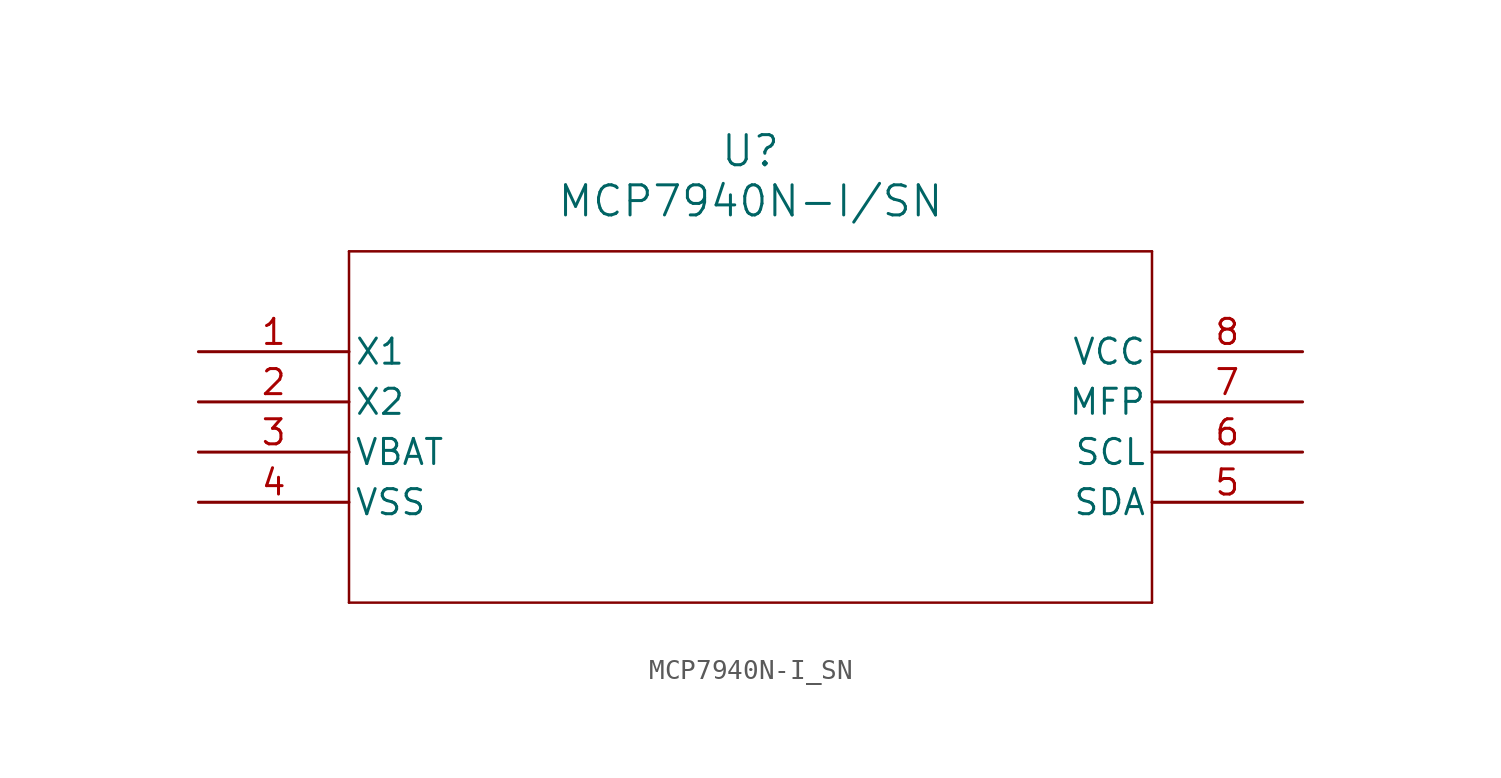
<source format=kicad_sym>
(kicad_symbol_lib
  (version 20211014)
  (generator kicad_symbol_editor)
  (symbol "MCP7940N-I_SN"
    (pin_names
      (offset 0.254))
    (property "Reference" "U"
      (at 27.94 10.16 0)
      (effects (font (size 1.524 1.524))))
    (property "Value" "MCP7940N-I/SN"
      (at 27.94 7.62 0)
      (effects (font (size 1.524 1.524))))
    (symbol "MCP7940N-I_SN_0_1"
      (polyline (pts (xy 7.62 5.08) (xy 7.62 -12.7)) (stroke (width 0.127) (type default) (color 0 0 0 0)) (fill (type none)))
      (polyline (pts (xy 7.62 -12.7) (xy 48.26 -12.7)) (stroke (width 0.127) (type default) (color 0 0 0 0)) (fill (type none)))
      (polyline (pts (xy 48.26 -12.7) (xy 48.26 5.08)) (stroke (width 0.127) (type default) (color 0 0 0 0)) (fill (type none)))
      (polyline (pts (xy 48.26 5.08) (xy 7.62 5.08)) (stroke (width 0.127) (type default) (color 0 0 0 0)) (fill (type none)))
      (pin input line (at 0 0 0) (length 7.62) (name "X1" (effects (font (size 1.27 1.27)))) (number "1" (effects (font (size 1.27 1.27)))))
      (pin output line (at 0 -2.54 0) (length 7.62) (name "X2" (effects (font (size 1.27 1.27)))) (number "2" (effects (font (size 1.27 1.27)))))
      (pin power_in line (at 0 -5.08 0) (length 7.62) (name "VBAT" (effects (font (size 1.27 1.27)))) (number "3" (effects (font (size 1.27 1.27)))))
      (pin power_in line (at 0 -7.62 0) (length 7.62) (name "VSS" (effects (font (size 1.27 1.27)))) (number "4" (effects (font (size 1.27 1.27)))))
      (pin bidirectional line (at 55.88 -7.62 180) (length 7.62) (name "SDA" (effects (font (size 1.27 1.27)))) (number "5" (effects (font (size 1.27 1.27)))))
      (pin unspecified line (at 55.88 -5.08 180) (length 7.62) (name "SCL" (effects (font (size 1.27 1.27)))) (number "6" (effects (font (size 1.27 1.27)))))
      (pin unspecified line (at 55.88 -2.54 180) (length 7.62) (name "MFP" (effects (font (size 1.27 1.27)))) (number "7" (effects (font (size 1.27 1.27)))))
      (pin power_in line (at 55.88 0 180) (length 7.62) (name "VCC" (effects (font (size 1.27 1.27)))) (number "8" (effects (font (size 1.27 1.27))))))))
</source>
